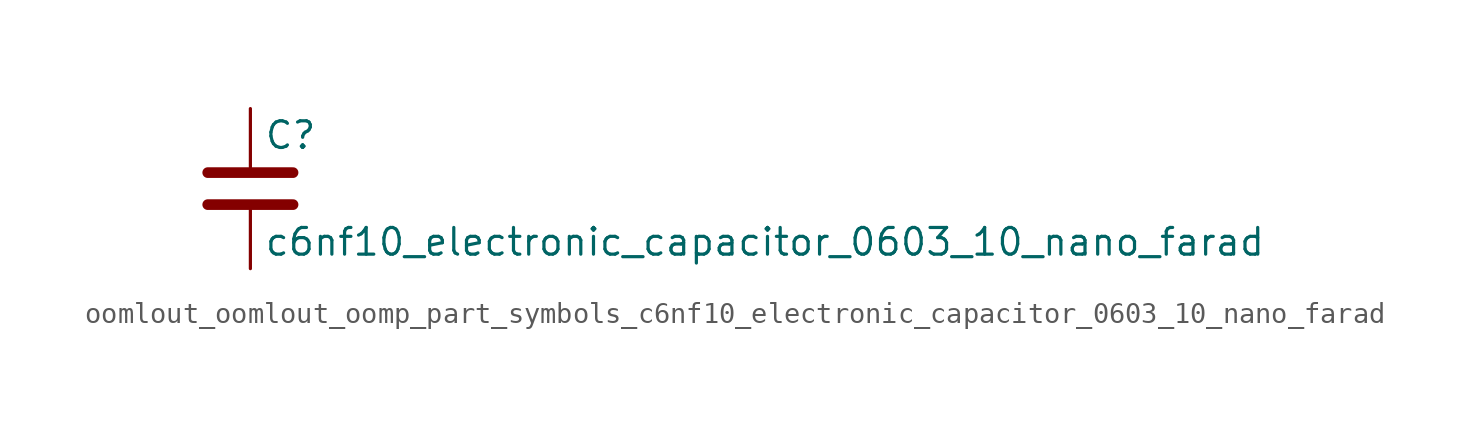
<source format=kicad_sym>
(kicad_symbol_lib
  (version 20220914)
  (generator kicad_symbol_editor)
  (symbol "oomlout_oomlout_oomp_part_symbols_c6nf10_electronic_capacitor_0603_10_nano_farad"
    (pin_numbers hide)
    (pin_names
      (offset 0.254))
    (property "Reference" "C"
      (at 0.635 2.54 0)
      (effects (font (size 1.27 1.27)) (justify left)))
    (property "Value" "c6nf10_electronic_capacitor_0603_10_nano_farad"
      (at 0.635 -2.54 0)
      (effects (font (size 1.27 1.27)) (justify left)))
    (symbol "oomlout_oomlout_oomp_part_symbols_c6nf10_electronic_capacitor_0603_10_nano_farad_0_1"
      (polyline (pts (xy -2.032 -0.762) (xy 2.032 -0.762)) (stroke (width 0.508) (type default)) (fill (type none)))
      (polyline (pts (xy -2.032 0.762) (xy 2.032 0.762)) (stroke (width 0.508) (type default)) (fill (type none))))
    (symbol "oomlout_oomlout_oomp_part_symbols_c6nf10_electronic_capacitor_0603_10_nano_farad_1_1"
      (pin passive line (at 0 3.81 270) (length 2.794) (name "~" (effects (font (size 1.27 1.27)))) (number "1" (effects (font (size 1.27 1.27)))))
      (pin passive line (at 0 -3.81 90) (length 2.794) (name "~" (effects (font (size 1.27 1.27)))) (number "2" (effects (font (size 1.27 1.27))))))))
</source>
